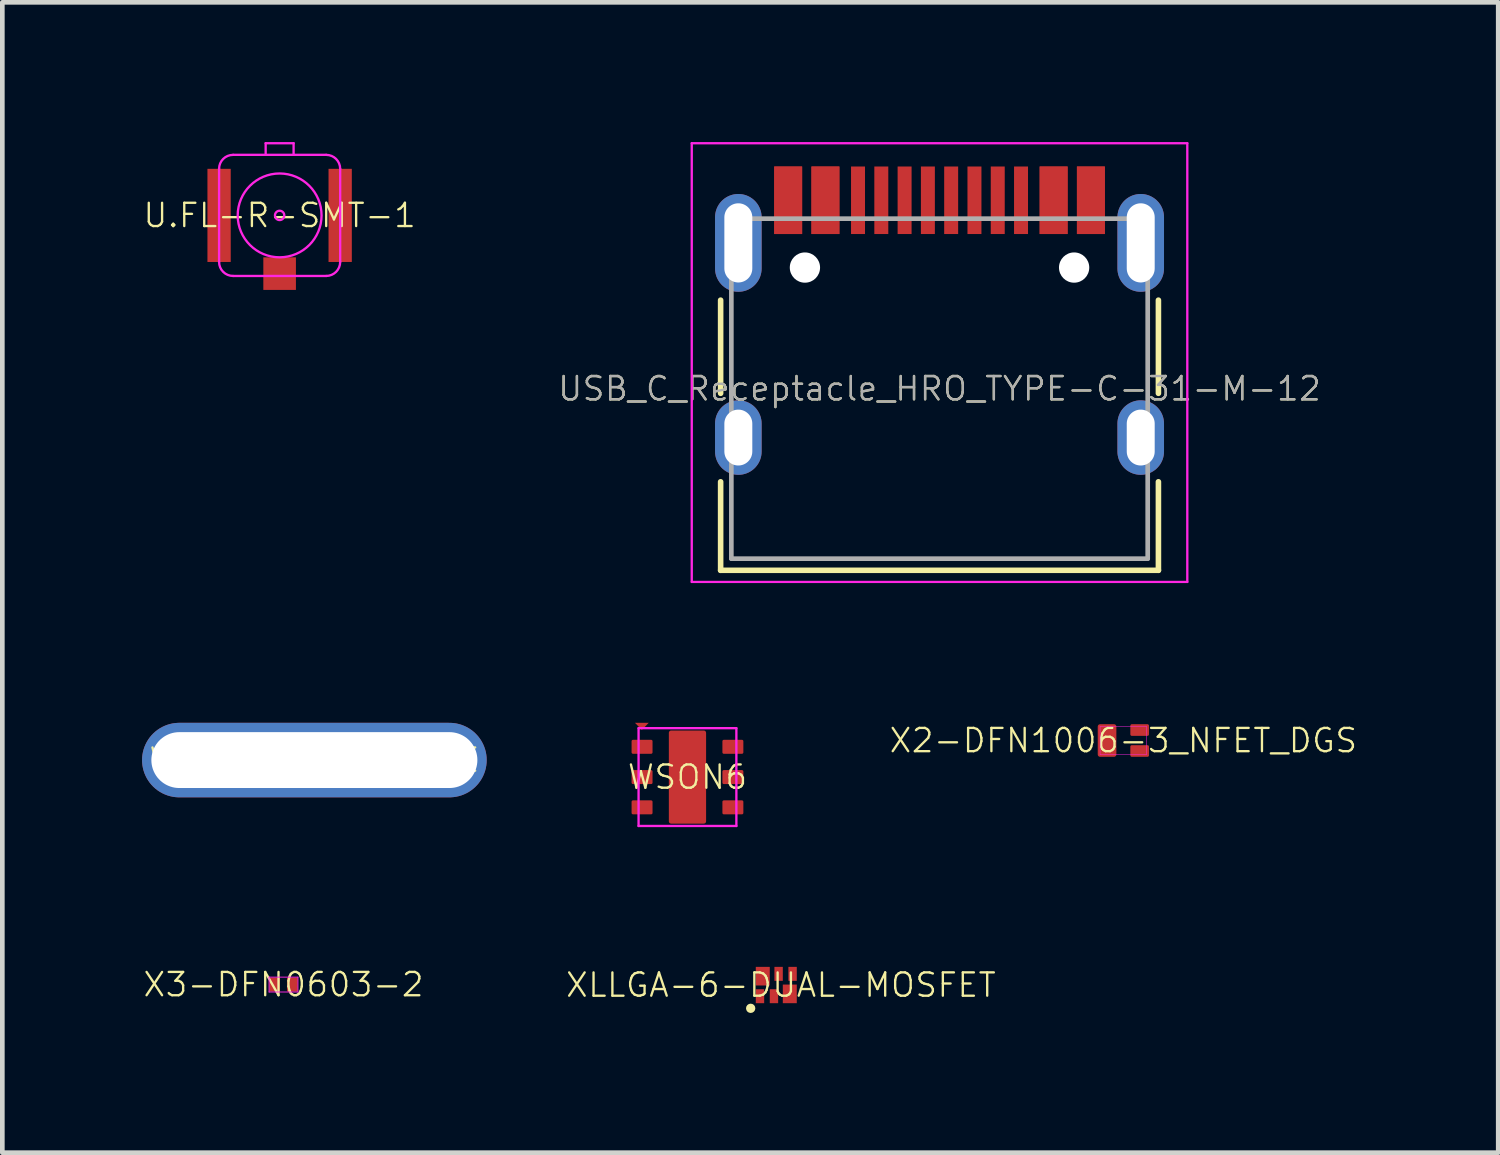
<source format=kicad_pcb>
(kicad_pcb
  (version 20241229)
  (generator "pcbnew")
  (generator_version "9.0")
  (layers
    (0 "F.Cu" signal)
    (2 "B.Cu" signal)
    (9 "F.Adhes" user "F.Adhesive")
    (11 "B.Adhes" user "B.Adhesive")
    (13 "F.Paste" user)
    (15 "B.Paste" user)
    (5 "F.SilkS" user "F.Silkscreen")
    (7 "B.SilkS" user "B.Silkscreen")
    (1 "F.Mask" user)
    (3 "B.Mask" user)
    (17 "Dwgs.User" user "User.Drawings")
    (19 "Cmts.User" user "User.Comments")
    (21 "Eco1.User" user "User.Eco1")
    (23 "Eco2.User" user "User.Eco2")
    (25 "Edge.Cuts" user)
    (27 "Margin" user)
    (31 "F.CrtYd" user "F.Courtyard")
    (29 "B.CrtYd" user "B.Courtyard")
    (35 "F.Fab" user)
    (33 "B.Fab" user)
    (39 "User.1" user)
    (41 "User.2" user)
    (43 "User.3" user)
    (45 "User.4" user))
  (footprint "WIDE_PLATED_HOLE"
    (layer "F.Cu")
    (at 3.7 13.27)
    (property "Reference" "WIDE_PLATED_HOLE" (at 0 0 0) (layer "F.SilkS") (effects (font (size 0.5 0.5) (thickness 0.05))))
    (attr through_hole)
    (pad "1" thru_hole oval (at 0 0) (size 7.4 1.6) (drill oval 7 1.2) (layers "*.Cu" "*.Mask")))
  (footprint "U.FL-R-SMT-1"
    (layer "F.Cu")
    (at 2.954 1.575)
    (property "Reference" "U.FL-R-SMT-1" (at 0 0 0) (layer "F.SilkS") (effects (font (size 0.5 0.5) (thickness 0.05))))
    (attr through_hole)
    (fp_line (start -1.3 1) (end -1.3 -1) (stroke (width 0.05) (type solid)) (layer "F.CrtYd"))
    (fp_line (start -1 -1.3) (end 1 -1.3) (stroke (width 0.05) (type solid)) (layer "F.CrtYd"))
    (fp_line (start -0.3 -1.55) (end -0.3 -1.3) (stroke (width 0.05) (type solid)) (layer "F.CrtYd"))
    (fp_line (start -0.3 -1.55) (end 0.3 -1.55) (stroke (width 0.05) (type solid)) (layer "F.CrtYd"))
    (fp_line (start 0.3 -1.55) (end 0.3 -1.3) (stroke (width 0.05) (type solid)) (layer "F.CrtYd"))
    (fp_line (start 1 1.3) (end -1 1.3) (stroke (width 0.05) (type solid)) (layer "F.CrtYd"))
    (fp_line (start 1.3 -1) (end 1.3 1) (stroke (width 0.05) (type solid)) (layer "F.CrtYd"))
    (fp_arc (start -1.3 -1) (mid -1.212132 -1.212132) (end -1 -1.3) (stroke (width 0.05) (type solid)) (layer "F.CrtYd"))
    (fp_arc (start -1 1.3) (mid -1.212132 1.212132) (end -1.3 1) (stroke (width 0.05) (type solid)) (layer "F.CrtYd"))
    (fp_arc (start 1 -1.3) (mid 1.212132 -1.212132) (end 1.3 -1) (stroke (width 0.05) (type solid)) (layer "F.CrtYd"))
    (fp_arc (start 1.3 1) (mid 1.212132 1.212132) (end 1 1.3) (stroke (width 0.05) (type solid)) (layer "F.CrtYd"))
    (fp_circle (center 0 0) (end 0.1 0) (stroke (width 0.05) (type solid)) (fill no) (layer "F.CrtYd"))
    (fp_circle (center 0 0) (end 0.9 0) (stroke (width 0.05) (type solid)) (fill no) (layer "F.CrtYd"))
    (pad "1" smd rect (at 0 1.25) (size 0.7 0.7) (layers "F.Cu" "F.Mask" "F.Paste"))
    (pad "2" smd rect (at -1.3 0) (size 0.5 2) (layers "F.Cu" "F.Mask" "F.Paste"))
    (pad "2" smd rect (at 1.3 0) (size 0.5 2) (layers "F.Cu" "F.Mask" "F.Paste")))
  (footprint "USB_C_Receptacle_HRO_TYPE-C-31-M-12"
    (layer "F.Cu")
    (at 17.123 5.295)
    (property "Reference" "USB_C_Receptacle_HRO_TYPE-C-31-M-12" (at 0 0 0) (layer "F.SilkS") (effects (font (size 0.5 0.5) (thickness 0.05))))
    (attr smd)
    (fp_line (start -4.7 -1.9) (end -4.7 0.1) (stroke (width 0.12) (type solid)) (layer "F.SilkS"))
    (fp_line (start -4.7 2) (end -4.7 3.9) (stroke (width 0.12) (type solid)) (layer "F.SilkS"))
    (fp_line (start -4.7 3.9) (end 4.7 3.9) (stroke (width 0.12) (type solid)) (layer "F.SilkS"))
    (fp_line (start 4.7 -1.9) (end 4.7 0.1) (stroke (width 0.12) (type solid)) (layer "F.SilkS"))
    (fp_line (start 4.7 2) (end 4.7 3.9) (stroke (width 0.12) (type solid)) (layer "F.SilkS"))
    (fp_line (start -5.32 -5.27) (end -5.32 4.15) (stroke (width 0.05) (type solid)) (layer "F.CrtYd"))
    (fp_line (start -5.32 -5.27) (end 5.32 -5.27) (stroke (width 0.05) (type solid)) (layer "F.CrtYd"))
    (fp_line (start -5.32 4.15) (end 5.32 4.15) (stroke (width 0.05) (type solid)) (layer "F.CrtYd"))
    (fp_line (start 5.32 -5.27) (end 5.32 4.15) (stroke (width 0.05) (type solid)) (layer "F.CrtYd"))
    (fp_line (start -4.47 -3.65) (end -4.47 3.65) (stroke (width 0.1) (type solid)) (layer "F.Fab"))
    (fp_line (start -4.47 -3.65) (end 4.47 -3.65) (stroke (width 0.1) (type solid)) (layer "F.Fab"))
    (fp_line (start -4.47 3.65) (end 4.47 3.65) (stroke (width 0.1) (type solid)) (layer "F.Fab"))
    (fp_line (start 4.47 -3.65) (end 4.47 3.65) (stroke (width 0.1) (type solid)) (layer "F.Fab"))
    (fp_text user "${REFERENCE}" (at 0 0 0) (layer "F.Fab") (effects (font (size 0.5 0.5) (thickness 0.05))))
    (pad "" np_thru_hole circle (at -2.89 -2.6) (size 0.65 0.65) (drill 0.65) (layers "*.Cu" "*.Mask"))
    (pad "" np_thru_hole circle (at 2.89 -2.6) (size 0.65 0.65) (drill 0.65) (layers "*.Cu" "*.Mask"))
    (pad "A1" smd rect (at -3.25 -4.045) (size 0.6 1.45) (layers "F.Cu" "F.Mask" "F.Paste"))
    (pad "A4" smd rect (at -2.45 -4.045) (size 0.6 1.45) (layers "F.Cu" "F.Mask" "F.Paste"))
    (pad "A5" smd rect (at -1.25 -4.045) (size 0.3 1.45) (layers "F.Cu" "F.Mask" "F.Paste"))
    (pad "A6" smd rect (at -0.25 -4.045) (size 0.3 1.45) (layers "F.Cu" "F.Mask" "F.Paste"))
    (pad "A7" smd rect (at 0.25 -4.045) (size 0.3 1.45) (layers "F.Cu" "F.Mask" "F.Paste"))
    (pad "A8" smd rect (at 1.25 -4.045) (size 0.3 1.45) (layers "F.Cu" "F.Mask" "F.Paste"))
    (pad "A9" smd rect (at 2.45 -4.045) (size 0.6 1.45) (layers "F.Cu" "F.Mask" "F.Paste"))
    (pad "A12" smd rect (at 3.25 -4.045) (size 0.6 1.45) (layers "F.Cu" "F.Mask" "F.Paste"))
    (pad "B1" smd rect (at 3.25 -4.045) (size 0.6 1.45) (layers "F.Cu" "F.Mask" "F.Paste"))
    (pad "B4" smd rect (at 2.45 -4.045) (size 0.6 1.45) (layers "F.Cu" "F.Mask" "F.Paste"))
    (pad "B5" smd rect (at 1.75 -4.045) (size 0.3 1.45) (layers "F.Cu" "F.Mask" "F.Paste"))
    (pad "B6" smd rect (at 0.75 -4.045) (size 0.3 1.45) (layers "F.Cu" "F.Mask" "F.Paste"))
    (pad "B7" smd rect (at -0.75 -4.045) (size 0.3 1.45) (layers "F.Cu" "F.Mask" "F.Paste"))
    (pad "B8" smd rect (at -1.75 -4.045) (size 0.3 1.45) (layers "F.Cu" "F.Mask" "F.Paste"))
    (pad "B9" smd rect (at -2.45 -4.045) (size 0.6 1.45) (layers "F.Cu" "F.Mask" "F.Paste"))
    (pad "B12" smd rect (at -3.25 -4.045) (size 0.6 1.45) (layers "F.Cu" "F.Mask" "F.Paste"))
    (pad "S1" thru_hole oval (at -4.32 -3.13) (size 1 2.1) (drill oval 0.6 1.7) (layers "*.Cu" "*.Mask" "F.Paste"))
    (pad "S1" thru_hole oval (at -4.32 1.05) (size 1 1.6) (drill oval 0.6 1.2) (layers "*.Cu" "*.Mask" "F.Paste"))
    (pad "S1" thru_hole oval (at 4.32 -3.13) (size 1 2.1) (drill oval 0.6 1.7) (layers "*.Cu" "*.Mask" "F.Paste"))
    (pad "S1" thru_hole oval (at 4.32 1.05) (size 1 1.6) (drill oval 0.6 1.2) (layers "*.Cu" "*.Mask" "F.Paste")))
  (footprint "WSON6"
    (layer "F.Cu")
    (at 11.711 13.635)
    (property "Reference" "WSON6" (at 0 0 0) (layer "F.SilkS") (effects (font (size 0.5 0.5) (thickness 0.05))))
    (fp_line (start -1.05 -1.05) (end -1.05 1.05) (stroke (width 0.05) (type solid)) (layer "F.CrtYd"))
    (fp_line (start -1.05 1.05) (end 1.05 1.05) (stroke (width 0.05) (type solid)) (layer "F.CrtYd"))
    (fp_line (start 1.05 -1.05) (end -1.05 -1.05) (stroke (width 0.05) (type solid)) (layer "F.CrtYd"))
    (fp_line (start 1.05 1.05) (end 1.05 -1.05) (stroke (width 0.05) (type solid)) (layer "F.CrtYd"))
    (pad "1" smd roundrect (at -0.975 -0.65) (size 0.45 0.3) (layers "F.Cu" "F.Mask" "F.Paste") (roundrect_rratio 0.1))
    (pad "2" smd roundrect (at -0.975 0) (size 0.45 0.3) (layers "F.Cu" "F.Mask" "F.Paste") (roundrect_rratio 0.1))
    (pad "3" smd roundrect (at -0.975 0.65) (size 0.45 0.3) (layers "F.Cu" "F.Mask" "F.Paste") (roundrect_rratio 0.1))
    (pad "4" smd roundrect (at 0.975 0.65) (size 0.45 0.3) (layers "F.Cu" "F.Mask" "F.Paste") (roundrect_rratio 0.1))
    (pad "5" smd roundrect (at 0.975 0) (size 0.45 0.3) (layers "F.Cu" "F.Mask" "F.Paste") (roundrect_rratio 0.1))
    (pad "6" smd roundrect (at 0.975 -0.65) (size 0.45 0.3) (layers "F.Cu" "F.Mask" "F.Paste") (roundrect_rratio 0.1))
    (pad "7" smd roundrect (at 0 0) (size 0.8 2) (layers "F.Cu" "F.Mask") (roundrect_rratio 0.062))
    (pad "~" smd trapezoid (at -0.98 -1.09 180) (size 0.15 0.15) (rect_delta 0 0.145) (layers "F.Cu" "F.Mask")))
  (footprint "X2-DFN1006-3_NFET_DGS"
    (layer "F.Cu")
    (at 21.07 12.85)
    (property "Reference" "X2-DFN1006-3_NFET_DGS" (at 0 0 0) (layer "F.SilkS") (effects (font (size 0.5 0.5) (thickness 0.05))))
    (attr through_hole)
    (fp_line (start -0.5 -0.3) (end 0.5 -0.3) (stroke (width 0.01) (type solid)) (layer "F.CrtYd"))
    (fp_line (start -0.5 0.3) (end -0.5 -0.3) (stroke (width 0.01) (type solid)) (layer "F.CrtYd"))
    (fp_line (start 0.5 -0.3) (end 0.5 0.3) (stroke (width 0.01) (type solid)) (layer "F.CrtYd"))
    (fp_line (start 0.5 0.3) (end -0.5 0.3) (stroke (width 0.01) (type solid)) (layer "F.CrtYd"))
    (pad "1" smd roundrect (at -0.35 0) (size 0.4 0.7) (layers "F.Cu" "F.Mask" "F.Paste") (roundrect_rratio 0.125))
    (pad "2" smd roundrect (at 0.35 0.225) (size 0.4 0.25) (layers "F.Cu" "F.Mask" "F.Paste") (roundrect_rratio 0.125))
    (pad "3" smd roundrect (at 0.35 -0.225) (size 0.4 0.25) (layers "F.Cu" "F.Mask" "F.Paste") (roundrect_rratio 0.125)))
  (footprint "X3-DFN0603-2"
    (layer "F.Cu")
    (at 3.037 18.09)
    (property "Reference" "X3-DFN0603-2" (at 0 0 0) (layer "F.SilkS") (effects (font (size 0.5 0.5) (thickness 0.05))))
    (attr through_hole)
    (fp_line (start -0.31 -0.16) (end 0.31 -0.16) (stroke (width 0.02) (type solid)) (layer "F.CrtYd"))
    (fp_line (start -0.31 0.16) (end -0.31 -0.16) (stroke (width 0.02) (type solid)) (layer "F.CrtYd"))
    (fp_line (start 0.31 -0.16) (end 0.31 0.16) (stroke (width 0.02) (type solid)) (layer "F.CrtYd"))
    (fp_line (start 0.31 0.16) (end -0.31 0.16) (stroke (width 0.02) (type solid)) (layer "F.CrtYd"))
    (pad "1" smd roundrect (at -0.19 0) (size 0.23 0.3) (layers "F.Cu" "F.Mask" "F.Paste") (roundrect_rratio 0.087))
    (pad "2" smd roundrect (at 0.19 0) (size 0.23 0.3) (layers "F.Cu" "F.Mask" "F.Paste") (roundrect_rratio 0.087)))
  (footprint "XLLGA-6-DUAL-MOSFET"
    (layer "F.Cu")
    (at 13.618 18.1)
    (property "Reference" "XLLGA-6-DUAL-MOSFET" (at 0.1 0 0) (layer "F.SilkS") (effects (font (size 0.5 0.5) (thickness 0.05))))
    (attr through_hole)
    (fp_circle (center -0.55 0.5) (end -0.6 0.5) (stroke (width 0.1) (type solid)) (fill no) (layer "F.SilkS"))
    (pad "1" smd rect (at -0.35 0.24) (size 0.18 0.3) (layers "F.Cu" "F.Mask" "F.Paste"))
    (pad "2" smd rect (at -0.05 0.24) (size 0.18 0.3) (layers "F.Cu" "F.Mask" "F.Paste"))
    (pad "3" smd rect (at 0.29 0.19) (size 0.3 0.4) (layers "F.Cu" "F.Mask" "F.Paste"))
    (pad "4" smd rect (at 0.35 -0.24 180) (size 0.18 0.3) (layers "F.Cu" "F.Mask" "F.Paste"))
    (pad "5" smd rect (at 0.05 -0.24 180) (size 0.18 0.3) (layers "F.Cu" "F.Mask" "F.Paste"))
    (pad "6" smd rect (at -0.29 -0.19 180) (size 0.3 0.4) (layers "F.Cu" "F.Mask" "F.Paste")))
  (gr_rect
    (start -3 -3)
    (end 29.119 21.7)
    (stroke (width 0.1) (type default))
    (fill no)
    (layer "Edge.Cuts")))
</source>
